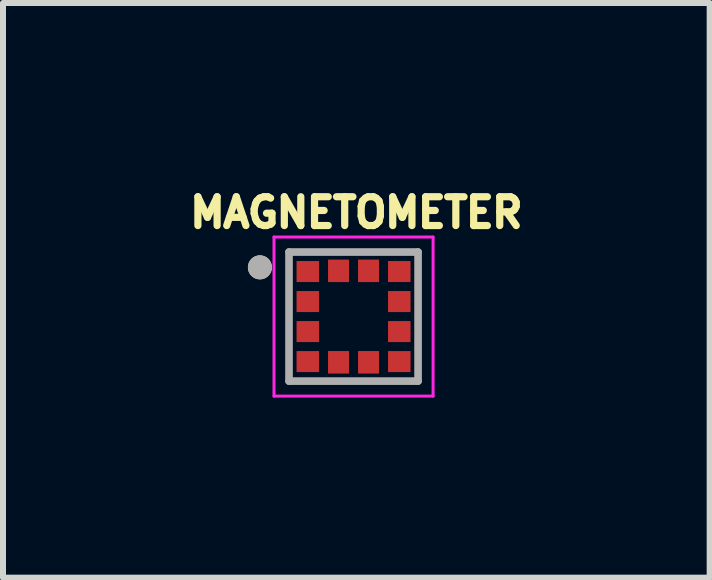
<source format=kicad_pcb>
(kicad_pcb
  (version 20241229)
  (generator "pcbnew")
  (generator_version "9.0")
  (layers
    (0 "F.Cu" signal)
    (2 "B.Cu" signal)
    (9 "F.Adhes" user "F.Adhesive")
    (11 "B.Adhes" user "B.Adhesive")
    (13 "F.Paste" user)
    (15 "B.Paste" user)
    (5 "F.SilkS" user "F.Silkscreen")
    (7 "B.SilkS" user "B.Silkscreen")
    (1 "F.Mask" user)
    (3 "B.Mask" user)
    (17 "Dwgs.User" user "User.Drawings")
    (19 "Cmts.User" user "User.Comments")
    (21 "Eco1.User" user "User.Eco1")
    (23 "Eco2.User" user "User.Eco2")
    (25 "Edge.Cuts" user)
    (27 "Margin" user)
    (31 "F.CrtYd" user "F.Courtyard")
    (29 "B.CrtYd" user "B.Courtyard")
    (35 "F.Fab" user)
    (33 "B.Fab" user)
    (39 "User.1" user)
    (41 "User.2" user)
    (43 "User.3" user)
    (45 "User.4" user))
  (footprint "MAGNETOMETER"
    (layer "F.Cu")
    (at 2.84 2.224)
    (property "Reference" "MAGNETOMETER" (at 0.047 -1.732 0) (layer "F.SilkS") (effects (font (size 0.48 0.48) (thickness 0.15))))
    (attr smd)
    (fp_poly (pts (xy -1 -0.975) (xy -0.525 -0.975) (xy -0.525 -0.525) (xy -1 -0.525)) (stroke (width 0.01) (type solid)) (fill yes) (layer "F.Mask"))
    (fp_poly (pts (xy -1 -0.475) (xy -0.525 -0.475) (xy -0.525 -0.025) (xy -1 -0.025)) (stroke (width 0.01) (type solid)) (fill yes) (layer "F.Mask"))
    (fp_poly (pts (xy -1 0.025) (xy -0.525 0.025) (xy -0.525 0.475) (xy -1 0.475)) (stroke (width 0.01) (type solid)) (fill yes) (layer "F.Mask"))
    (fp_poly (pts (xy -1 0.525) (xy -0.525 0.525) (xy -0.525 0.975) (xy -1 0.975)) (stroke (width 0.01) (type solid)) (fill yes) (layer "F.Mask"))
    (fp_poly (pts (xy -0.475 -1) (xy -0.025 -1) (xy -0.025 -0.525) (xy -0.475 -0.525)) (stroke (width 0.01) (type solid)) (fill yes) (layer "F.Mask"))
    (fp_poly (pts (xy -0.475 0.525) (xy -0.025 0.525) (xy -0.025 1) (xy -0.475 1)) (stroke (width 0.01) (type solid)) (fill yes) (layer "F.Mask"))
    (fp_poly (pts (xy 0.025 -1) (xy 0.475 -1) (xy 0.475 -0.525) (xy 0.025 -0.525)) (stroke (width 0.01) (type solid)) (fill yes) (layer "F.Mask"))
    (fp_poly (pts (xy 0.025 0.525) (xy 0.475 0.525) (xy 0.475 1) (xy 0.025 1)) (stroke (width 0.01) (type solid)) (fill yes) (layer "F.Mask"))
    (fp_poly (pts (xy 0.525 -0.975) (xy 1 -0.975) (xy 1 -0.525) (xy 0.525 -0.525)) (stroke (width 0.01) (type solid)) (fill yes) (layer "F.Mask"))
    (fp_poly (pts (xy 0.525 -0.475) (xy 1 -0.475) (xy 1 -0.025) (xy 0.525 -0.025)) (stroke (width 0.01) (type solid)) (fill yes) (layer "F.Mask"))
    (fp_poly (pts (xy 0.525 0.025) (xy 1 0.025) (xy 1 0.475) (xy 0.525 0.475)) (stroke (width 0.01) (type solid)) (fill yes) (layer "F.Mask"))
    (fp_poly (pts (xy 0.525 0.525) (xy 1 0.525) (xy 1 0.975) (xy 0.525 0.975)) (stroke (width 0.01) (type solid)) (fill yes) (layer "F.Mask"))
    (fp_circle (center -1.56 -0.82) (end -1.46 -0.82) (stroke (width 0.2) (type solid)) (fill no) (layer "F.SilkS"))
    (fp_line (start -1.325 -1.325) (end -1.325 1.325) (stroke (width 0.05) (type solid)) (layer "F.CrtYd"))
    (fp_line (start -1.325 1.325) (end 1.325 1.325) (stroke (width 0.05) (type solid)) (layer "F.CrtYd"))
    (fp_line (start 1.325 -1.325) (end -1.325 -1.325) (stroke (width 0.05) (type solid)) (layer "F.CrtYd"))
    (fp_line (start 1.325 1.325) (end 1.325 -1.325) (stroke (width 0.05) (type solid)) (layer "F.CrtYd"))
    (fp_line (start -1.075 -1.075) (end -1.075 1.075) (stroke (width 0.127) (type solid)) (layer "F.Fab"))
    (fp_line (start -1.075 1.075) (end 1.075 1.075) (stroke (width 0.127) (type solid)) (layer "F.Fab"))
    (fp_line (start 1.075 -1.075) (end -1.075 -1.075) (stroke (width 0.127) (type solid)) (layer "F.Fab"))
    (fp_line (start 1.075 1.075) (end 1.075 -1.075) (stroke (width 0.127) (type solid)) (layer "F.Fab"))
    (fp_circle (center -1.56 -0.82) (end -1.46 -0.82) (stroke (width 0.2) (type solid)) (fill no) (layer "F.Fab"))
    (pad "1" smd rect (at -0.762 -0.75) (size 0.375 0.35) (layers "F.Cu" "F.Paste"))
    (pad "2" smd rect (at -0.762 -0.25) (size 0.375 0.35) (layers "F.Cu" "F.Paste"))
    (pad "3" smd rect (at -0.762 0.25) (size 0.375 0.35) (layers "F.Cu" "F.Paste"))
    (pad "4" smd rect (at -0.762 0.75) (size 0.375 0.35) (layers "F.Cu" "F.Paste"))
    (pad "5" smd rect (at -0.25 0.762 90) (size 0.375 0.35) (layers "F.Cu" "F.Paste"))
    (pad "6" smd rect (at 0.25 0.762 90) (size 0.375 0.35) (layers "F.Cu" "F.Paste"))
    (pad "7" smd rect (at 0.762 0.75 180) (size 0.375 0.35) (layers "F.Cu" "F.Paste"))
    (pad "8" smd rect (at 0.762 0.25 180) (size 0.375 0.35) (layers "F.Cu" "F.Paste"))
    (pad "9" smd rect (at 0.762 -0.25 180) (size 0.375 0.35) (layers "F.Cu" "F.Paste"))
    (pad "10" smd rect (at 0.762 -0.75 180) (size 0.375 0.35) (layers "F.Cu" "F.Paste"))
    (pad "11" smd rect (at 0.25 -0.762 270) (size 0.375 0.35) (layers "F.Cu" "F.Paste"))
    (pad "12" smd rect (at -0.25 -0.762 270) (size 0.375 0.35) (layers "F.Cu" "F.Paste")))
  (gr_rect
    (start -3 -3)
    (end 8.773 6.574)
    (stroke (width 0.1) (type default))
    (fill no)
    (layer "Edge.Cuts")))
</source>
